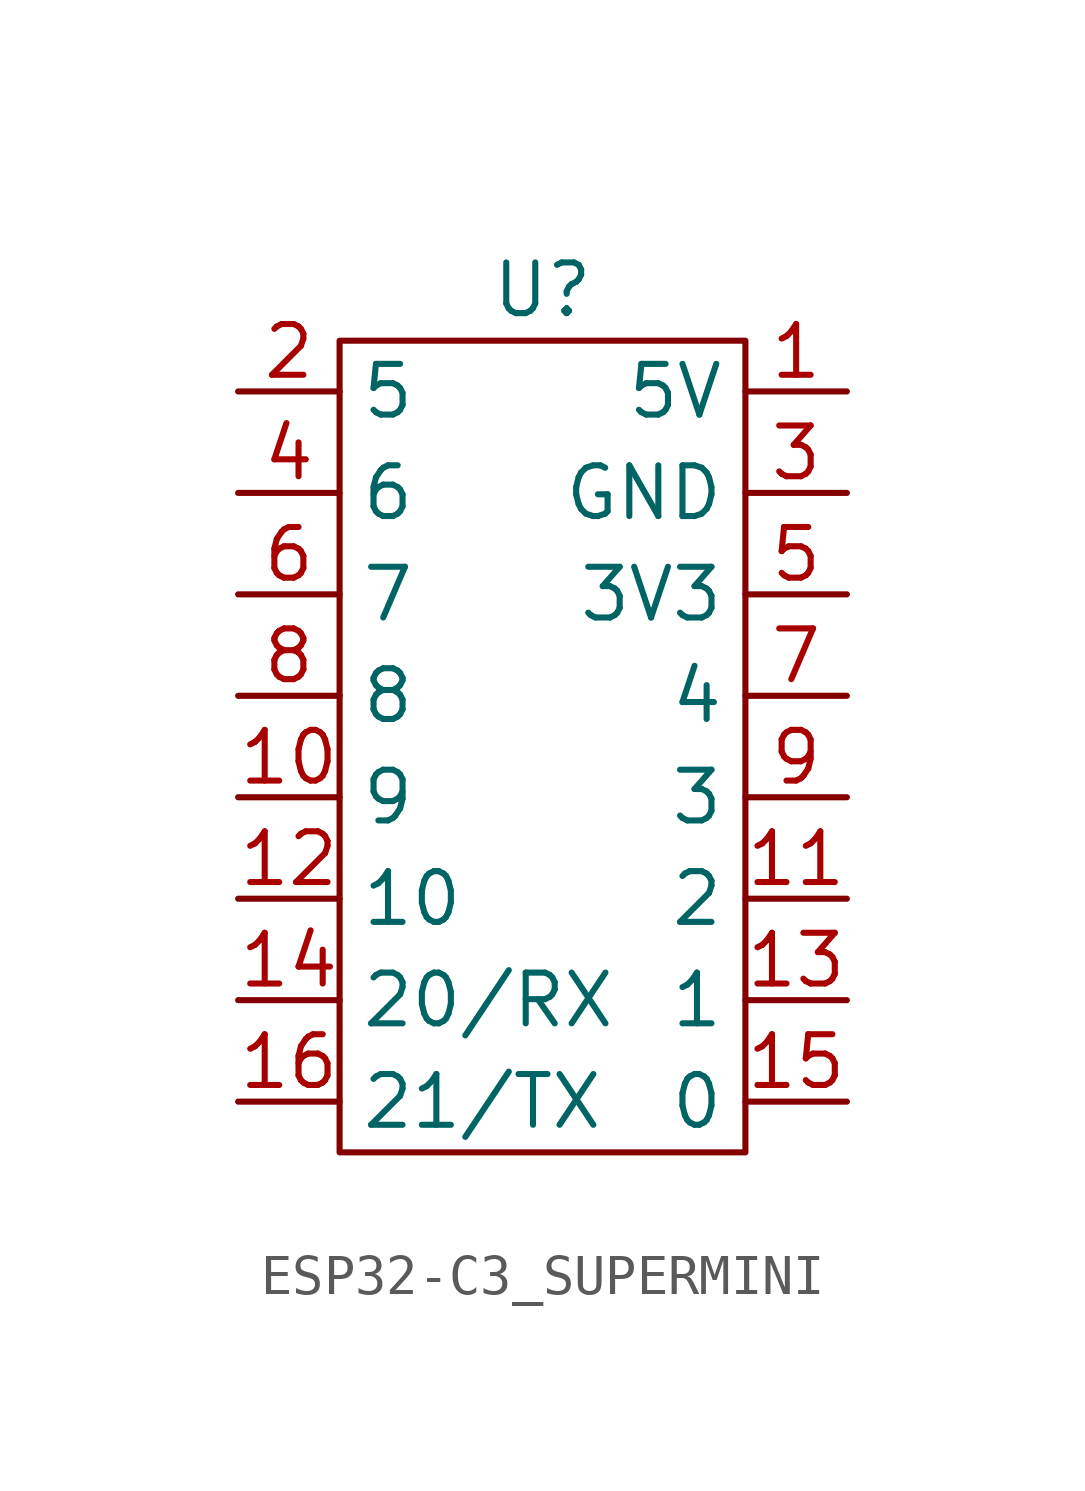
<source format=kicad_sym>
(kicad_symbol_lib
  (version 20220914)
  (generator kicad_symbol_editor)
  (symbol "ESP32-C3_SUPERMINI"
    (property "Reference" "U"
      (at 0 5.08 0)
      (effects (font (size 1.27 1.27))))
    (property "Value" ""
      (at 0 0 0)
      (effects (font (size 1.27 1.27))))
    (symbol "ESP32-C3_SUPERMINI_0_1"
      (polyline (pts (xy -5.08 3.81) (xy 5.08 3.81) (xy 5.08 -16.51) (xy -5.08 -16.51) (xy -5.08 3.81)) (stroke (width 0) (type default)) (fill (type none))))
    (symbol "ESP32-C3_SUPERMINI_1_1"
      (pin power_in line (at 7.62 2.54 180) (length 2.54) (name "5V" (effects (font (size 1.27 1.27)))) (number "1" (effects (font (size 1.27 1.27)))))
      (pin bidirectional line (at -7.62 -7.62 0) (length 2.54) (name "9" (effects (font (size 1.27 1.27)))) (number "10" (effects (font (size 1.27 1.27)))))
      (pin bidirectional line (at 7.62 -10.16 180) (length 2.54) (name "2" (effects (font (size 1.27 1.27)))) (number "11" (effects (font (size 1.27 1.27)))))
      (pin bidirectional line (at -7.62 -10.16 0) (length 2.54) (name "10" (effects (font (size 1.27 1.27)))) (number "12" (effects (font (size 1.27 1.27)))))
      (pin bidirectional line (at 7.62 -12.7 180) (length 2.54) (name "1" (effects (font (size 1.27 1.27)))) (number "13" (effects (font (size 1.27 1.27)))))
      (pin bidirectional line (at -7.62 -12.7 0) (length 2.54) (name "20/RX" (effects (font (size 1.27 1.27)))) (number "14" (effects (font (size 1.27 1.27)))))
      (pin bidirectional line (at 7.62 -15.24 180) (length 2.54) (name "0" (effects (font (size 1.27 1.27)))) (number "15" (effects (font (size 1.27 1.27)))))
      (pin bidirectional line (at -7.62 -15.24 0) (length 2.54) (name "21/TX" (effects (font (size 1.27 1.27)))) (number "16" (effects (font (size 1.27 1.27)))))
      (pin bidirectional line (at -7.62 2.54 0) (length 2.54) (name "5" (effects (font (size 1.27 1.27)))) (number "2" (effects (font (size 1.27 1.27)))))
      (pin power_in line (at 7.62 0 180) (length 2.54) (name "GND" (effects (font (size 1.27 1.27)))) (number "3" (effects (font (size 1.27 1.27)))))
      (pin bidirectional line (at -7.62 0 0) (length 2.54) (name "6" (effects (font (size 1.27 1.27)))) (number "4" (effects (font (size 1.27 1.27)))))
      (pin power_in line (at 7.62 -2.54 180) (length 2.54) (name "3V3" (effects (font (size 1.27 1.27)))) (number "5" (effects (font (size 1.27 1.27)))))
      (pin bidirectional line (at -7.62 -2.54 0) (length 2.54) (name "7" (effects (font (size 1.27 1.27)))) (number "6" (effects (font (size 1.27 1.27)))))
      (pin bidirectional line (at 7.62 -5.08 180) (length 2.54) (name "4" (effects (font (size 1.27 1.27)))) (number "7" (effects (font (size 1.27 1.27)))))
      (pin bidirectional line (at -7.62 -5.08 0) (length 2.54) (name "8" (effects (font (size 1.27 1.27)))) (number "8" (effects (font (size 1.27 1.27)))))
      (pin bidirectional line (at 7.62 -7.62 180) (length 2.54) (name "3" (effects (font (size 1.27 1.27)))) (number "9" (effects (font (size 1.27 1.27))))))))
</source>
